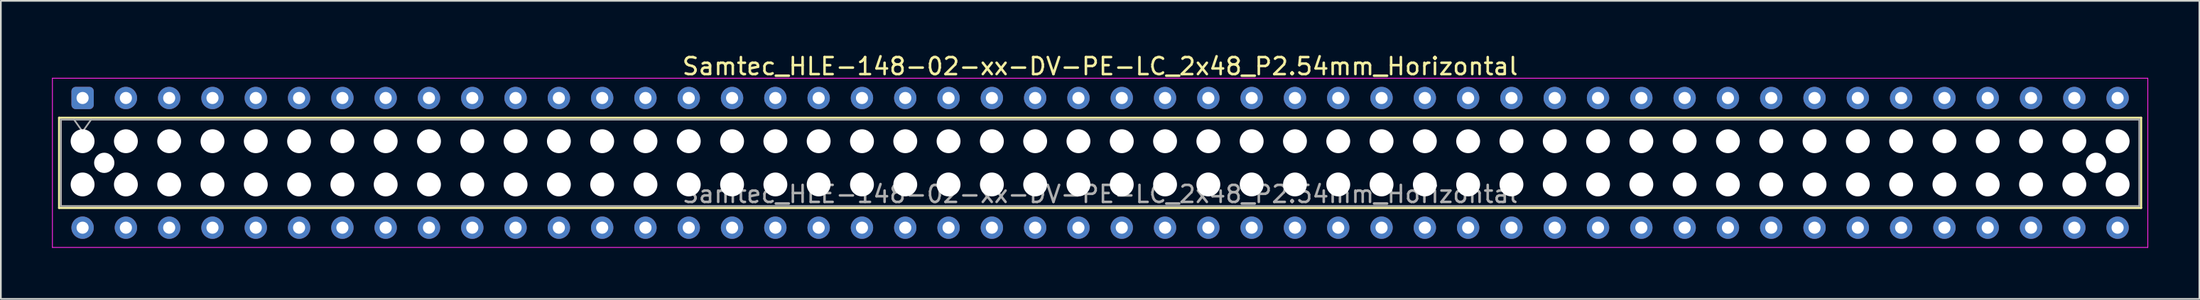
<source format=kicad_pcb>
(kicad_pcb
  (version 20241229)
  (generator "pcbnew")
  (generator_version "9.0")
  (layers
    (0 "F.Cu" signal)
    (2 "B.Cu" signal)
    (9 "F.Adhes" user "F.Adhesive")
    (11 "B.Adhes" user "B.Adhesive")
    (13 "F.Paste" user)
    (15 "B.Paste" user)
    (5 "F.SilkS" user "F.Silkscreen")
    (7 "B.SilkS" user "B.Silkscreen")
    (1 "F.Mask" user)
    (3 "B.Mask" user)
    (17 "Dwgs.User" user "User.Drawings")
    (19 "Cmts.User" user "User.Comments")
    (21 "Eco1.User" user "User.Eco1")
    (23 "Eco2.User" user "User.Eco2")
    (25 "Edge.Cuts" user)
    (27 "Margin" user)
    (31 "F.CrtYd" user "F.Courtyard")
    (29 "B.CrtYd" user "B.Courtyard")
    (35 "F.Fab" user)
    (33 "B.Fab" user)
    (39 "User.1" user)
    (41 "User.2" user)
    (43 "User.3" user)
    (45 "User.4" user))
  (footprint "Samtec_HLE-148-02-xx-DV-PE-LC_2x48_P2.54mm_Horizontal"
    (layer "F.Cu")
    (at 1.795 2.708)
    (property "Reference" "Samtec_HLE-148-02-xx-DV-PE-LC_2x48_P2.54mm_Horizontal" (at 59.69 -1.86 0) (layer "F.SilkS") (effects (font (size 1 1) (thickness 0.15))))
    (attr through_hole)
    (fp_line (start -1.38 1.16) (end 120.76 1.16) (stroke (width 0.12) (type solid)) (layer "F.SilkS"))
    (fp_line (start -1.38 6.46) (end -1.38 1.16) (stroke (width 0.12) (type solid)) (layer "F.SilkS"))
    (fp_line (start 120.76 1.16) (end 120.76 6.46) (stroke (width 0.12) (type solid)) (layer "F.SilkS"))
    (fp_line (start 120.76 6.46) (end -1.38 6.46) (stroke (width 0.12) (type solid)) (layer "F.SilkS"))
    (fp_line (start -1.77 -1.16) (end 121.15 -1.16) (stroke (width 0.05) (type solid)) (layer "F.CrtYd"))
    (fp_line (start -1.77 8.78) (end -1.77 -1.16) (stroke (width 0.05) (type solid)) (layer "F.CrtYd"))
    (fp_line (start 121.15 -1.16) (end 121.15 8.78) (stroke (width 0.05) (type solid)) (layer "F.CrtYd"))
    (fp_line (start 121.15 8.78) (end -1.77 8.78) (stroke (width 0.05) (type solid)) (layer "F.CrtYd"))
    (fp_line (start -1.27 1.27) (end 120.65 1.27) (stroke (width 0.1) (type solid)) (layer "F.Fab"))
    (fp_line (start -1.27 6.35) (end -1.27 1.27) (stroke (width 0.1) (type solid)) (layer "F.Fab"))
    (fp_line (start -0.5 1.27) (end 0 1.977) (stroke (width 0.1) (type solid)) (layer "F.Fab"))
    (fp_line (start 0 1.977) (end 0.5 1.27) (stroke (width 0.1) (type solid)) (layer "F.Fab"))
    (fp_line (start 120.65 1.27) (end 120.65 6.35) (stroke (width 0.1) (type solid)) (layer "F.Fab"))
    (fp_line (start 120.65 6.35) (end -1.27 6.35) (stroke (width 0.1) (type solid)) (layer "F.Fab"))
    (fp_text user "${REFERENCE}" (at 59.69 5.65 0) (layer "F.Fab") (effects (font (size 1 1) (thickness 0.15))))
    (pad "" np_thru_hole circle (at 0 2.54) (size 1.4 1.4) (drill 1.4) (layers "*.Cu" "*.Mask"))
    (pad "" np_thru_hole circle (at 0 5.08) (size 1.4 1.4) (drill 1.4) (layers "*.Cu" "*.Mask"))
    (pad "" np_thru_hole circle (at 1.27 3.81) (size 1.19 1.19) (drill 1.19) (layers "*.Cu" "*.Mask"))
    (pad "" np_thru_hole circle (at 2.54 2.54) (size 1.4 1.4) (drill 1.4) (layers "*.Cu" "*.Mask"))
    (pad "" np_thru_hole circle (at 2.54 5.08) (size 1.4 1.4) (drill 1.4) (layers "*.Cu" "*.Mask"))
    (pad "" np_thru_hole circle (at 5.08 2.54) (size 1.4 1.4) (drill 1.4) (layers "*.Cu" "*.Mask"))
    (pad "" np_thru_hole circle (at 5.08 5.08) (size 1.4 1.4) (drill 1.4) (layers "*.Cu" "*.Mask"))
    (pad "" np_thru_hole circle (at 7.62 2.54) (size 1.4 1.4) (drill 1.4) (layers "*.Cu" "*.Mask"))
    (pad "" np_thru_hole circle (at 7.62 5.08) (size 1.4 1.4) (drill 1.4) (layers "*.Cu" "*.Mask"))
    (pad "" np_thru_hole circle (at 10.16 2.54) (size 1.4 1.4) (drill 1.4) (layers "*.Cu" "*.Mask"))
    (pad "" np_thru_hole circle (at 10.16 5.08) (size 1.4 1.4) (drill 1.4) (layers "*.Cu" "*.Mask"))
    (pad "" np_thru_hole circle (at 12.7 2.54) (size 1.4 1.4) (drill 1.4) (layers "*.Cu" "*.Mask"))
    (pad "" np_thru_hole circle (at 12.7 5.08) (size 1.4 1.4) (drill 1.4) (layers "*.Cu" "*.Mask"))
    (pad "" np_thru_hole circle (at 15.24 2.54) (size 1.4 1.4) (drill 1.4) (layers "*.Cu" "*.Mask"))
    (pad "" np_thru_hole circle (at 15.24 5.08) (size 1.4 1.4) (drill 1.4) (layers "*.Cu" "*.Mask"))
    (pad "" np_thru_hole circle (at 17.78 2.54) (size 1.4 1.4) (drill 1.4) (layers "*.Cu" "*.Mask"))
    (pad "" np_thru_hole circle (at 17.78 5.08) (size 1.4 1.4) (drill 1.4) (layers "*.Cu" "*.Mask"))
    (pad "" np_thru_hole circle (at 20.32 2.54) (size 1.4 1.4) (drill 1.4) (layers "*.Cu" "*.Mask"))
    (pad "" np_thru_hole circle (at 20.32 5.08) (size 1.4 1.4) (drill 1.4) (layers "*.Cu" "*.Mask"))
    (pad "" np_thru_hole circle (at 22.86 2.54) (size 1.4 1.4) (drill 1.4) (layers "*.Cu" "*.Mask"))
    (pad "" np_thru_hole circle (at 22.86 5.08) (size 1.4 1.4) (drill 1.4) (layers "*.Cu" "*.Mask"))
    (pad "" np_thru_hole circle (at 25.4 2.54) (size 1.4 1.4) (drill 1.4) (layers "*.Cu" "*.Mask"))
    (pad "" np_thru_hole circle (at 25.4 5.08) (size 1.4 1.4) (drill 1.4) (layers "*.Cu" "*.Mask"))
    (pad "" np_thru_hole circle (at 27.94 2.54) (size 1.4 1.4) (drill 1.4) (layers "*.Cu" "*.Mask"))
    (pad "" np_thru_hole circle (at 27.94 5.08) (size 1.4 1.4) (drill 1.4) (layers "*.Cu" "*.Mask"))
    (pad "" np_thru_hole circle (at 30.48 2.54) (size 1.4 1.4) (drill 1.4) (layers "*.Cu" "*.Mask"))
    (pad "" np_thru_hole circle (at 30.48 5.08) (size 1.4 1.4) (drill 1.4) (layers "*.Cu" "*.Mask"))
    (pad "" np_thru_hole circle (at 33.02 2.54) (size 1.4 1.4) (drill 1.4) (layers "*.Cu" "*.Mask"))
    (pad "" np_thru_hole circle (at 33.02 5.08) (size 1.4 1.4) (drill 1.4) (layers "*.Cu" "*.Mask"))
    (pad "" np_thru_hole circle (at 35.56 2.54) (size 1.4 1.4) (drill 1.4) (layers "*.Cu" "*.Mask"))
    (pad "" np_thru_hole circle (at 35.56 5.08) (size 1.4 1.4) (drill 1.4) (layers "*.Cu" "*.Mask"))
    (pad "" np_thru_hole circle (at 38.1 2.54) (size 1.4 1.4) (drill 1.4) (layers "*.Cu" "*.Mask"))
    (pad "" np_thru_hole circle (at 38.1 5.08) (size 1.4 1.4) (drill 1.4) (layers "*.Cu" "*.Mask"))
    (pad "" np_thru_hole circle (at 40.64 2.54) (size 1.4 1.4) (drill 1.4) (layers "*.Cu" "*.Mask"))
    (pad "" np_thru_hole circle (at 40.64 5.08) (size 1.4 1.4) (drill 1.4) (layers "*.Cu" "*.Mask"))
    (pad "" np_thru_hole circle (at 43.18 2.54) (size 1.4 1.4) (drill 1.4) (layers "*.Cu" "*.Mask"))
    (pad "" np_thru_hole circle (at 43.18 5.08) (size 1.4 1.4) (drill 1.4) (layers "*.Cu" "*.Mask"))
    (pad "" np_thru_hole circle (at 45.72 2.54) (size 1.4 1.4) (drill 1.4) (layers "*.Cu" "*.Mask"))
    (pad "" np_thru_hole circle (at 45.72 5.08) (size 1.4 1.4) (drill 1.4) (layers "*.Cu" "*.Mask"))
    (pad "" np_thru_hole circle (at 48.26 2.54) (size 1.4 1.4) (drill 1.4) (layers "*.Cu" "*.Mask"))
    (pad "" np_thru_hole circle (at 48.26 5.08) (size 1.4 1.4) (drill 1.4) (layers "*.Cu" "*.Mask"))
    (pad "" np_thru_hole circle (at 50.8 2.54) (size 1.4 1.4) (drill 1.4) (layers "*.Cu" "*.Mask"))
    (pad "" np_thru_hole circle (at 50.8 5.08) (size 1.4 1.4) (drill 1.4) (layers "*.Cu" "*.Mask"))
    (pad "" np_thru_hole circle (at 53.34 2.54) (size 1.4 1.4) (drill 1.4) (layers "*.Cu" "*.Mask"))
    (pad "" np_thru_hole circle (at 53.34 5.08) (size 1.4 1.4) (drill 1.4) (layers "*.Cu" "*.Mask"))
    (pad "" np_thru_hole circle (at 55.88 2.54) (size 1.4 1.4) (drill 1.4) (layers "*.Cu" "*.Mask"))
    (pad "" np_thru_hole circle (at 55.88 5.08) (size 1.4 1.4) (drill 1.4) (layers "*.Cu" "*.Mask"))
    (pad "" np_thru_hole circle (at 58.42 2.54) (size 1.4 1.4) (drill 1.4) (layers "*.Cu" "*.Mask"))
    (pad "" np_thru_hole circle (at 58.42 5.08) (size 1.4 1.4) (drill 1.4) (layers "*.Cu" "*.Mask"))
    (pad "" np_thru_hole circle (at 60.96 2.54) (size 1.4 1.4) (drill 1.4) (layers "*.Cu" "*.Mask"))
    (pad "" np_thru_hole circle (at 60.96 5.08) (size 1.4 1.4) (drill 1.4) (layers "*.Cu" "*.Mask"))
    (pad "" np_thru_hole circle (at 63.5 2.54) (size 1.4 1.4) (drill 1.4) (layers "*.Cu" "*.Mask"))
    (pad "" np_thru_hole circle (at 63.5 5.08) (size 1.4 1.4) (drill 1.4) (layers "*.Cu" "*.Mask"))
    (pad "" np_thru_hole circle (at 66.04 2.54) (size 1.4 1.4) (drill 1.4) (layers "*.Cu" "*.Mask"))
    (pad "" np_thru_hole circle (at 66.04 5.08) (size 1.4 1.4) (drill 1.4) (layers "*.Cu" "*.Mask"))
    (pad "" np_thru_hole circle (at 68.58 2.54) (size 1.4 1.4) (drill 1.4) (layers "*.Cu" "*.Mask"))
    (pad "" np_thru_hole circle (at 68.58 5.08) (size 1.4 1.4) (drill 1.4) (layers "*.Cu" "*.Mask"))
    (pad "" np_thru_hole circle (at 71.12 2.54) (size 1.4 1.4) (drill 1.4) (layers "*.Cu" "*.Mask"))
    (pad "" np_thru_hole circle (at 71.12 5.08) (size 1.4 1.4) (drill 1.4) (layers "*.Cu" "*.Mask"))
    (pad "" np_thru_hole circle (at 73.66 2.54) (size 1.4 1.4) (drill 1.4) (layers "*.Cu" "*.Mask"))
    (pad "" np_thru_hole circle (at 73.66 5.08) (size 1.4 1.4) (drill 1.4) (layers "*.Cu" "*.Mask"))
    (pad "" np_thru_hole circle (at 76.2 2.54) (size 1.4 1.4) (drill 1.4) (layers "*.Cu" "*.Mask"))
    (pad "" np_thru_hole circle (at 76.2 5.08) (size 1.4 1.4) (drill 1.4) (layers "*.Cu" "*.Mask"))
    (pad "" np_thru_hole circle (at 78.74 2.54) (size 1.4 1.4) (drill 1.4) (layers "*.Cu" "*.Mask"))
    (pad "" np_thru_hole circle (at 78.74 5.08) (size 1.4 1.4) (drill 1.4) (layers "*.Cu" "*.Mask"))
    (pad "" np_thru_hole circle (at 81.28 2.54) (size 1.4 1.4) (drill 1.4) (layers "*.Cu" "*.Mask"))
    (pad "" np_thru_hole circle (at 81.28 5.08) (size 1.4 1.4) (drill 1.4) (layers "*.Cu" "*.Mask"))
    (pad "" np_thru_hole circle (at 83.82 2.54) (size 1.4 1.4) (drill 1.4) (layers "*.Cu" "*.Mask"))
    (pad "" np_thru_hole circle (at 83.82 5.08) (size 1.4 1.4) (drill 1.4) (layers "*.Cu" "*.Mask"))
    (pad "" np_thru_hole circle (at 86.36 2.54) (size 1.4 1.4) (drill 1.4) (layers "*.Cu" "*.Mask"))
    (pad "" np_thru_hole circle (at 86.36 5.08) (size 1.4 1.4) (drill 1.4) (layers "*.Cu" "*.Mask"))
    (pad "" np_thru_hole circle (at 88.9 2.54) (size 1.4 1.4) (drill 1.4) (layers "*.Cu" "*.Mask"))
    (pad "" np_thru_hole circle (at 88.9 5.08) (size 1.4 1.4) (drill 1.4) (layers "*.Cu" "*.Mask"))
    (pad "" np_thru_hole circle (at 91.44 2.54) (size 1.4 1.4) (drill 1.4) (layers "*.Cu" "*.Mask"))
    (pad "" np_thru_hole circle (at 91.44 5.08) (size 1.4 1.4) (drill 1.4) (layers "*.Cu" "*.Mask"))
    (pad "" np_thru_hole circle (at 93.98 2.54) (size 1.4 1.4) (drill 1.4) (layers "*.Cu" "*.Mask"))
    (pad "" np_thru_hole circle (at 93.98 5.08) (size 1.4 1.4) (drill 1.4) (layers "*.Cu" "*.Mask"))
    (pad "" np_thru_hole circle (at 96.52 2.54) (size 1.4 1.4) (drill 1.4) (layers "*.Cu" "*.Mask"))
    (pad "" np_thru_hole circle (at 96.52 5.08) (size 1.4 1.4) (drill 1.4) (layers "*.Cu" "*.Mask"))
    (pad "" np_thru_hole circle (at 99.06 2.54) (size 1.4 1.4) (drill 1.4) (layers "*.Cu" "*.Mask"))
    (pad "" np_thru_hole circle (at 99.06 5.08) (size 1.4 1.4) (drill 1.4) (layers "*.Cu" "*.Mask"))
    (pad "" np_thru_hole circle (at 101.6 2.54) (size 1.4 1.4) (drill 1.4) (layers "*.Cu" "*.Mask"))
    (pad "" np_thru_hole circle (at 101.6 5.08) (size 1.4 1.4) (drill 1.4) (layers "*.Cu" "*.Mask"))
    (pad "" np_thru_hole circle (at 104.14 2.54) (size 1.4 1.4) (drill 1.4) (layers "*.Cu" "*.Mask"))
    (pad "" np_thru_hole circle (at 104.14 5.08) (size 1.4 1.4) (drill 1.4) (layers "*.Cu" "*.Mask"))
    (pad "" np_thru_hole circle (at 106.68 2.54) (size 1.4 1.4) (drill 1.4) (layers "*.Cu" "*.Mask"))
    (pad "" np_thru_hole circle (at 106.68 5.08) (size 1.4 1.4) (drill 1.4) (layers "*.Cu" "*.Mask"))
    (pad "" np_thru_hole circle (at 109.22 2.54) (size 1.4 1.4) (drill 1.4) (layers "*.Cu" "*.Mask"))
    (pad "" np_thru_hole circle (at 109.22 5.08) (size 1.4 1.4) (drill 1.4) (layers "*.Cu" "*.Mask"))
    (pad "" np_thru_hole circle (at 111.76 2.54) (size 1.4 1.4) (drill 1.4) (layers "*.Cu" "*.Mask"))
    (pad "" np_thru_hole circle (at 111.76 5.08) (size 1.4 1.4) (drill 1.4) (layers "*.Cu" "*.Mask"))
    (pad "" np_thru_hole circle (at 114.3 2.54) (size 1.4 1.4) (drill 1.4) (layers "*.Cu" "*.Mask"))
    (pad "" np_thru_hole circle (at 114.3 5.08) (size 1.4 1.4) (drill 1.4) (layers "*.Cu" "*.Mask"))
    (pad "" np_thru_hole circle (at 116.84 2.54) (size 1.4 1.4) (drill 1.4) (layers "*.Cu" "*.Mask"))
    (pad "" np_thru_hole circle (at 116.84 5.08) (size 1.4 1.4) (drill 1.4) (layers "*.Cu" "*.Mask"))
    (pad "" np_thru_hole circle (at 118.11 3.81) (size 1.19 1.19) (drill 1.19) (layers "*.Cu" "*.Mask"))
    (pad "" np_thru_hole circle (at 119.38 2.54) (size 1.4 1.4) (drill 1.4) (layers "*.Cu" "*.Mask"))
    (pad "" np_thru_hole circle (at 119.38 5.08) (size 1.4 1.4) (drill 1.4) (layers "*.Cu" "*.Mask"))
    (pad "1" thru_hole roundrect (at 0 0) (size 1.31 1.31) (drill 0.71) (layers "*.Cu" "*.Mask") (roundrect_rratio 0.191))
    (pad "2" thru_hole circle (at 0 7.62) (size 1.31 1.31) (drill 0.71) (layers "*.Cu" "*.Mask"))
    (pad "3" thru_hole circle (at 2.54 0) (size 1.31 1.31) (drill 0.71) (layers "*.Cu" "*.Mask"))
    (pad "4" thru_hole circle (at 2.54 7.62) (size 1.31 1.31) (drill 0.71) (layers "*.Cu" "*.Mask"))
    (pad "5" thru_hole circle (at 5.08 0) (size 1.31 1.31) (drill 0.71) (layers "*.Cu" "*.Mask"))
    (pad "6" thru_hole circle (at 5.08 7.62) (size 1.31 1.31) (drill 0.71) (layers "*.Cu" "*.Mask"))
    (pad "7" thru_hole circle (at 7.62 0) (size 1.31 1.31) (drill 0.71) (layers "*.Cu" "*.Mask"))
    (pad "8" thru_hole circle (at 7.62 7.62) (size 1.31 1.31) (drill 0.71) (layers "*.Cu" "*.Mask"))
    (pad "9" thru_hole circle (at 10.16 0) (size 1.31 1.31) (drill 0.71) (layers "*.Cu" "*.Mask"))
    (pad "10" thru_hole circle (at 10.16 7.62) (size 1.31 1.31) (drill 0.71) (layers "*.Cu" "*.Mask"))
    (pad "11" thru_hole circle (at 12.7 0) (size 1.31 1.31) (drill 0.71) (layers "*.Cu" "*.Mask"))
    (pad "12" thru_hole circle (at 12.7 7.62) (size 1.31 1.31) (drill 0.71) (layers "*.Cu" "*.Mask"))
    (pad "13" thru_hole circle (at 15.24 0) (size 1.31 1.31) (drill 0.71) (layers "*.Cu" "*.Mask"))
    (pad "14" thru_hole circle (at 15.24 7.62) (size 1.31 1.31) (drill 0.71) (layers "*.Cu" "*.Mask"))
    (pad "15" thru_hole circle (at 17.78 0) (size 1.31 1.31) (drill 0.71) (layers "*.Cu" "*.Mask"))
    (pad "16" thru_hole circle (at 17.78 7.62) (size 1.31 1.31) (drill 0.71) (layers "*.Cu" "*.Mask"))
    (pad "17" thru_hole circle (at 20.32 0) (size 1.31 1.31) (drill 0.71) (layers "*.Cu" "*.Mask"))
    (pad "18" thru_hole circle (at 20.32 7.62) (size 1.31 1.31) (drill 0.71) (layers "*.Cu" "*.Mask"))
    (pad "19" thru_hole circle (at 22.86 0) (size 1.31 1.31) (drill 0.71) (layers "*.Cu" "*.Mask"))
    (pad "20" thru_hole circle (at 22.86 7.62) (size 1.31 1.31) (drill 0.71) (layers "*.Cu" "*.Mask"))
    (pad "21" thru_hole circle (at 25.4 0) (size 1.31 1.31) (drill 0.71) (layers "*.Cu" "*.Mask"))
    (pad "22" thru_hole circle (at 25.4 7.62) (size 1.31 1.31) (drill 0.71) (layers "*.Cu" "*.Mask"))
    (pad "23" thru_hole circle (at 27.94 0) (size 1.31 1.31) (drill 0.71) (layers "*.Cu" "*.Mask"))
    (pad "24" thru_hole circle (at 27.94 7.62) (size 1.31 1.31) (drill 0.71) (layers "*.Cu" "*.Mask"))
    (pad "25" thru_hole circle (at 30.48 0) (size 1.31 1.31) (drill 0.71) (layers "*.Cu" "*.Mask"))
    (pad "26" thru_hole circle (at 30.48 7.62) (size 1.31 1.31) (drill 0.71) (layers "*.Cu" "*.Mask"))
    (pad "27" thru_hole circle (at 33.02 0) (size 1.31 1.31) (drill 0.71) (layers "*.Cu" "*.Mask"))
    (pad "28" thru_hole circle (at 33.02 7.62) (size 1.31 1.31) (drill 0.71) (layers "*.Cu" "*.Mask"))
    (pad "29" thru_hole circle (at 35.56 0) (size 1.31 1.31) (drill 0.71) (layers "*.Cu" "*.Mask"))
    (pad "30" thru_hole circle (at 35.56 7.62) (size 1.31 1.31) (drill 0.71) (layers "*.Cu" "*.Mask"))
    (pad "31" thru_hole circle (at 38.1 0) (size 1.31 1.31) (drill 0.71) (layers "*.Cu" "*.Mask"))
    (pad "32" thru_hole circle (at 38.1 7.62) (size 1.31 1.31) (drill 0.71) (layers "*.Cu" "*.Mask"))
    (pad "33" thru_hole circle (at 40.64 0) (size 1.31 1.31) (drill 0.71) (layers "*.Cu" "*.Mask"))
    (pad "34" thru_hole circle (at 40.64 7.62) (size 1.31 1.31) (drill 0.71) (layers "*.Cu" "*.Mask"))
    (pad "35" thru_hole circle (at 43.18 0) (size 1.31 1.31) (drill 0.71) (layers "*.Cu" "*.Mask"))
    (pad "36" thru_hole circle (at 43.18 7.62) (size 1.31 1.31) (drill 0.71) (layers "*.Cu" "*.Mask"))
    (pad "37" thru_hole circle (at 45.72 0) (size 1.31 1.31) (drill 0.71) (layers "*.Cu" "*.Mask"))
    (pad "38" thru_hole circle (at 45.72 7.62) (size 1.31 1.31) (drill 0.71) (layers "*.Cu" "*.Mask"))
    (pad "39" thru_hole circle (at 48.26 0) (size 1.31 1.31) (drill 0.71) (layers "*.Cu" "*.Mask"))
    (pad "40" thru_hole circle (at 48.26 7.62) (size 1.31 1.31) (drill 0.71) (layers "*.Cu" "*.Mask"))
    (pad "41" thru_hole circle (at 50.8 0) (size 1.31 1.31) (drill 0.71) (layers "*.Cu" "*.Mask"))
    (pad "42" thru_hole circle (at 50.8 7.62) (size 1.31 1.31) (drill 0.71) (layers "*.Cu" "*.Mask"))
    (pad "43" thru_hole circle (at 53.34 0) (size 1.31 1.31) (drill 0.71) (layers "*.Cu" "*.Mask"))
    (pad "44" thru_hole circle (at 53.34 7.62) (size 1.31 1.31) (drill 0.71) (layers "*.Cu" "*.Mask"))
    (pad "45" thru_hole circle (at 55.88 0) (size 1.31 1.31) (drill 0.71) (layers "*.Cu" "*.Mask"))
    (pad "46" thru_hole circle (at 55.88 7.62) (size 1.31 1.31) (drill 0.71) (layers "*.Cu" "*.Mask"))
    (pad "47" thru_hole circle (at 58.42 0) (size 1.31 1.31) (drill 0.71) (layers "*.Cu" "*.Mask"))
    (pad "48" thru_hole circle (at 58.42 7.62) (size 1.31 1.31) (drill 0.71) (layers "*.Cu" "*.Mask"))
    (pad "49" thru_hole circle (at 60.96 0) (size 1.31 1.31) (drill 0.71) (layers "*.Cu" "*.Mask"))
    (pad "50" thru_hole circle (at 60.96 7.62) (size 1.31 1.31) (drill 0.71) (layers "*.Cu" "*.Mask"))
    (pad "51" thru_hole circle (at 63.5 0) (size 1.31 1.31) (drill 0.71) (layers "*.Cu" "*.Mask"))
    (pad "52" thru_hole circle (at 63.5 7.62) (size 1.31 1.31) (drill 0.71) (layers "*.Cu" "*.Mask"))
    (pad "53" thru_hole circle (at 66.04 0) (size 1.31 1.31) (drill 0.71) (layers "*.Cu" "*.Mask"))
    (pad "54" thru_hole circle (at 66.04 7.62) (size 1.31 1.31) (drill 0.71) (layers "*.Cu" "*.Mask"))
    (pad "55" thru_hole circle (at 68.58 0) (size 1.31 1.31) (drill 0.71) (layers "*.Cu" "*.Mask"))
    (pad "56" thru_hole circle (at 68.58 7.62) (size 1.31 1.31) (drill 0.71) (layers "*.Cu" "*.Mask"))
    (pad "57" thru_hole circle (at 71.12 0) (size 1.31 1.31) (drill 0.71) (layers "*.Cu" "*.Mask"))
    (pad "58" thru_hole circle (at 71.12 7.62) (size 1.31 1.31) (drill 0.71) (layers "*.Cu" "*.Mask"))
    (pad "59" thru_hole circle (at 73.66 0) (size 1.31 1.31) (drill 0.71) (layers "*.Cu" "*.Mask"))
    (pad "60" thru_hole circle (at 73.66 7.62) (size 1.31 1.31) (drill 0.71) (layers "*.Cu" "*.Mask"))
    (pad "61" thru_hole circle (at 76.2 0) (size 1.31 1.31) (drill 0.71) (layers "*.Cu" "*.Mask"))
    (pad "62" thru_hole circle (at 76.2 7.62) (size 1.31 1.31) (drill 0.71) (layers "*.Cu" "*.Mask"))
    (pad "63" thru_hole circle (at 78.74 0) (size 1.31 1.31) (drill 0.71) (layers "*.Cu" "*.Mask"))
    (pad "64" thru_hole circle (at 78.74 7.62) (size 1.31 1.31) (drill 0.71) (layers "*.Cu" "*.Mask"))
    (pad "65" thru_hole circle (at 81.28 0) (size 1.31 1.31) (drill 0.71) (layers "*.Cu" "*.Mask"))
    (pad "66" thru_hole circle (at 81.28 7.62) (size 1.31 1.31) (drill 0.71) (layers "*.Cu" "*.Mask"))
    (pad "67" thru_hole circle (at 83.82 0) (size 1.31 1.31) (drill 0.71) (layers "*.Cu" "*.Mask"))
    (pad "68" thru_hole circle (at 83.82 7.62) (size 1.31 1.31) (drill 0.71) (layers "*.Cu" "*.Mask"))
    (pad "69" thru_hole circle (at 86.36 0) (size 1.31 1.31) (drill 0.71) (layers "*.Cu" "*.Mask"))
    (pad "70" thru_hole circle (at 86.36 7.62) (size 1.31 1.31) (drill 0.71) (layers "*.Cu" "*.Mask"))
    (pad "71" thru_hole circle (at 88.9 0) (size 1.31 1.31) (drill 0.71) (layers "*.Cu" "*.Mask"))
    (pad "72" thru_hole circle (at 88.9 7.62) (size 1.31 1.31) (drill 0.71) (layers "*.Cu" "*.Mask"))
    (pad "73" thru_hole circle (at 91.44 0) (size 1.31 1.31) (drill 0.71) (layers "*.Cu" "*.Mask"))
    (pad "74" thru_hole circle (at 91.44 7.62) (size 1.31 1.31) (drill 0.71) (layers "*.Cu" "*.Mask"))
    (pad "75" thru_hole circle (at 93.98 0) (size 1.31 1.31) (drill 0.71) (layers "*.Cu" "*.Mask"))
    (pad "76" thru_hole circle (at 93.98 7.62) (size 1.31 1.31) (drill 0.71) (layers "*.Cu" "*.Mask"))
    (pad "77" thru_hole circle (at 96.52 0) (size 1.31 1.31) (drill 0.71) (layers "*.Cu" "*.Mask"))
    (pad "78" thru_hole circle (at 96.52 7.62) (size 1.31 1.31) (drill 0.71) (layers "*.Cu" "*.Mask"))
    (pad "79" thru_hole circle (at 99.06 0) (size 1.31 1.31) (drill 0.71) (layers "*.Cu" "*.Mask"))
    (pad "80" thru_hole circle (at 99.06 7.62) (size 1.31 1.31) (drill 0.71) (layers "*.Cu" "*.Mask"))
    (pad "81" thru_hole circle (at 101.6 0) (size 1.31 1.31) (drill 0.71) (layers "*.Cu" "*.Mask"))
    (pad "82" thru_hole circle (at 101.6 7.62) (size 1.31 1.31) (drill 0.71) (layers "*.Cu" "*.Mask"))
    (pad "83" thru_hole circle (at 104.14 0) (size 1.31 1.31) (drill 0.71) (layers "*.Cu" "*.Mask"))
    (pad "84" thru_hole circle (at 104.14 7.62) (size 1.31 1.31) (drill 0.71) (layers "*.Cu" "*.Mask"))
    (pad "85" thru_hole circle (at 106.68 0) (size 1.31 1.31) (drill 0.71) (layers "*.Cu" "*.Mask"))
    (pad "86" thru_hole circle (at 106.68 7.62) (size 1.31 1.31) (drill 0.71) (layers "*.Cu" "*.Mask"))
    (pad "87" thru_hole circle (at 109.22 0) (size 1.31 1.31) (drill 0.71) (layers "*.Cu" "*.Mask"))
    (pad "88" thru_hole circle (at 109.22 7.62) (size 1.31 1.31) (drill 0.71) (layers "*.Cu" "*.Mask"))
    (pad "89" thru_hole circle (at 111.76 0) (size 1.31 1.31) (drill 0.71) (layers "*.Cu" "*.Mask"))
    (pad "90" thru_hole circle (at 111.76 7.62) (size 1.31 1.31) (drill 0.71) (layers "*.Cu" "*.Mask"))
    (pad "91" thru_hole circle (at 114.3 0) (size 1.31 1.31) (drill 0.71) (layers "*.Cu" "*.Mask"))
    (pad "92" thru_hole circle (at 114.3 7.62) (size 1.31 1.31) (drill 0.71) (layers "*.Cu" "*.Mask"))
    (pad "93" thru_hole circle (at 116.84 0) (size 1.31 1.31) (drill 0.71) (layers "*.Cu" "*.Mask"))
    (pad "94" thru_hole circle (at 116.84 7.62) (size 1.31 1.31) (drill 0.71) (layers "*.Cu" "*.Mask"))
    (pad "95" thru_hole circle (at 119.38 0) (size 1.31 1.31) (drill 0.71) (layers "*.Cu" "*.Mask"))
    (pad "96" thru_hole circle (at 119.38 7.62) (size 1.31 1.31) (drill 0.71) (layers "*.Cu" "*.Mask")))
  (gr_rect
    (start -3 -3)
    (end 125.97 14.513)
    (stroke (width 0.1) (type default))
    (fill no)
    (layer "Edge.Cuts")))
</source>
